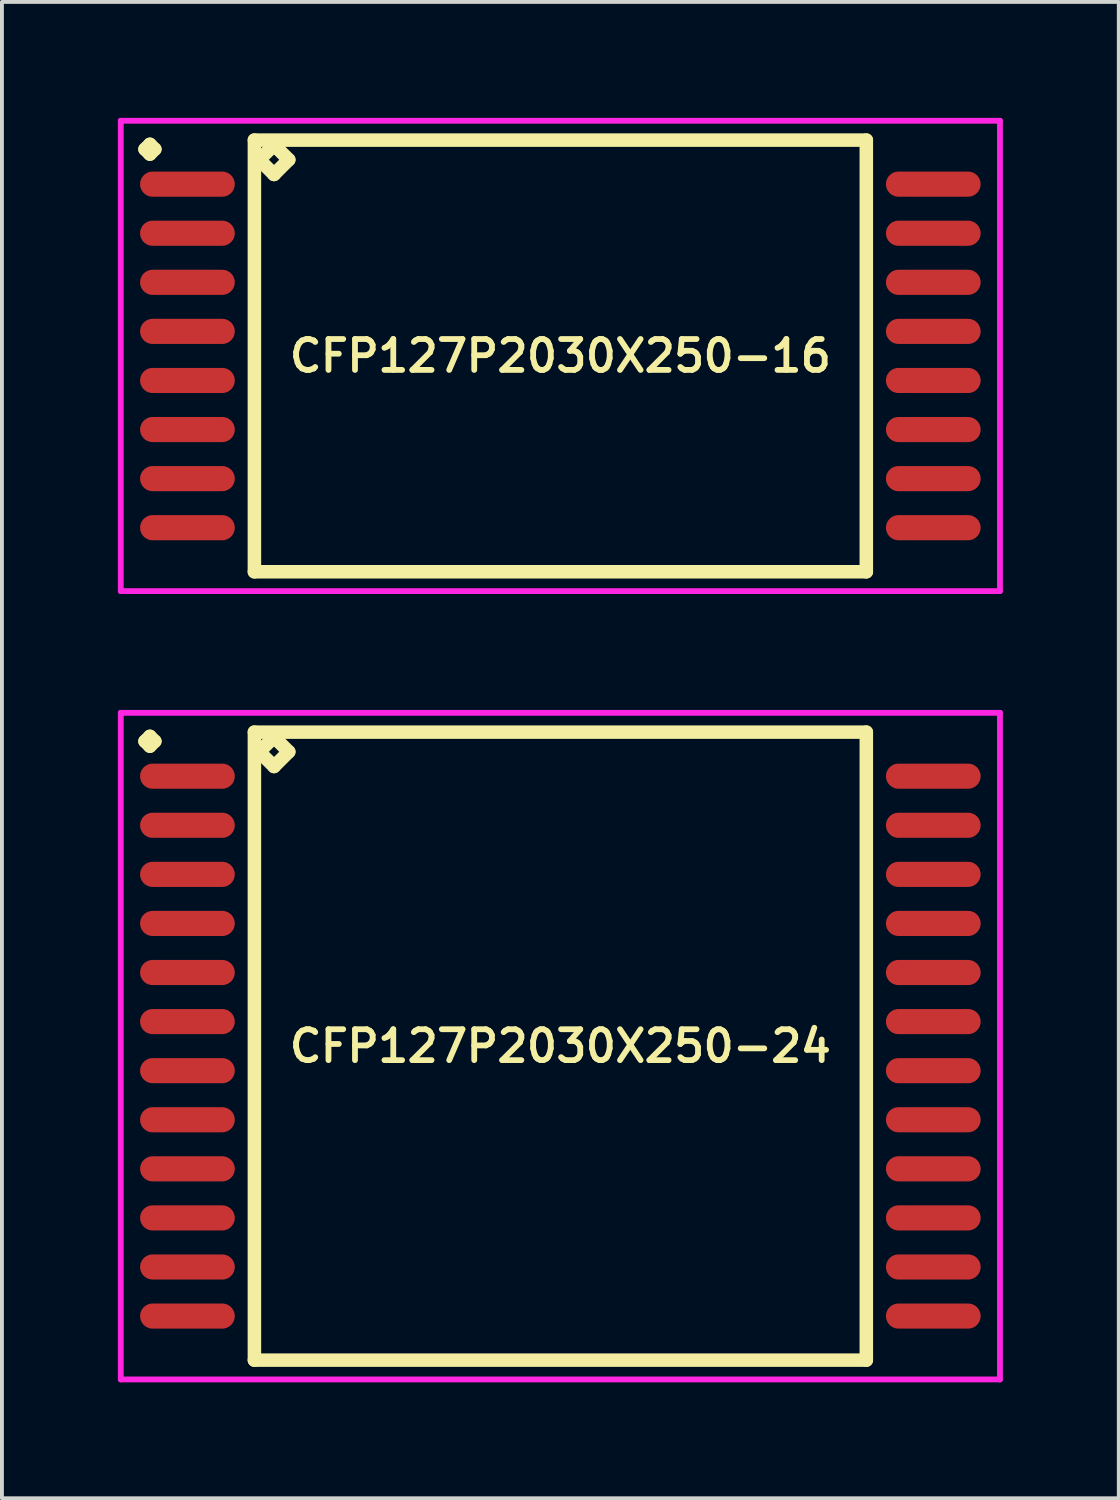
<source format=kicad_pcb>
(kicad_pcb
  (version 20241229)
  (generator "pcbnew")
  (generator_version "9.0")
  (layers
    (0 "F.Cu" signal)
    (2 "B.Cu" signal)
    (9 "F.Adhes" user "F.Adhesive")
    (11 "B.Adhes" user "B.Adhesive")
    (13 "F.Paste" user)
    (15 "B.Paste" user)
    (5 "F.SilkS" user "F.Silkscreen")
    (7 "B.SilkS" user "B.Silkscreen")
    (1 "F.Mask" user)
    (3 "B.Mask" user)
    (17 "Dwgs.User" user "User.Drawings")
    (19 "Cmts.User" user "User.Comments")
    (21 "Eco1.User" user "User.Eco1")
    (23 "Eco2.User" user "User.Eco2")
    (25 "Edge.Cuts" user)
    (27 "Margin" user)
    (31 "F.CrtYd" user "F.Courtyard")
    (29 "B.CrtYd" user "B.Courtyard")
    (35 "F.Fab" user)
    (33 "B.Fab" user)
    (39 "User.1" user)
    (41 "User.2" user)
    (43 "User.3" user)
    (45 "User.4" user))
  (footprint "CFP127P2030X250-24"
    (layer "F.Cu")
    (at 11.45 24.02)
    (property "Reference" "CFP127P2030X250-24" (at 0 0 0) (layer "F.SilkS") (effects (font (size 0.8 0.8) (thickness 0.15))))
    (attr smd)
    (fp_line (start -10.748 -7.889) (end -10.621 -8.016) (stroke (width 0.35) (type solid)) (layer "F.SilkS"))
    (fp_line (start -10.621 -8.016) (end -10.494 -7.889) (stroke (width 0.35) (type solid)) (layer "F.SilkS"))
    (fp_line (start -10.621 -7.762) (end -10.748 -7.889) (stroke (width 0.35) (type solid)) (layer "F.SilkS"))
    (fp_line (start -10.494 -7.889) (end -10.621 -7.762) (stroke (width 0.35) (type solid)) (layer "F.SilkS"))
    (fp_line (start -7.917 -8.125) (end -7.917 8.125) (stroke (width 0.35) (type solid)) (layer "F.SilkS"))
    (fp_line (start -7.917 8.125) (end 7.917 8.125) (stroke (width 0.35) (type solid)) (layer "F.SilkS"))
    (fp_line (start -7.79 -7.617) (end -7.409 -7.998) (stroke (width 0.35) (type solid)) (layer "F.SilkS"))
    (fp_line (start -7.409 -7.998) (end -7.028 -7.617) (stroke (width 0.35) (type solid)) (layer "F.SilkS"))
    (fp_line (start -7.409 -7.236) (end -7.79 -7.617) (stroke (width 0.35) (type solid)) (layer "F.SilkS"))
    (fp_line (start -7.028 -7.617) (end -7.409 -7.236) (stroke (width 0.35) (type solid)) (layer "F.SilkS"))
    (fp_line (start 7.917 -8.125) (end -7.917 -8.125) (stroke (width 0.35) (type solid)) (layer "F.SilkS"))
    (fp_line (start 7.917 8.125) (end 7.917 -8.125) (stroke (width 0.35) (type solid)) (layer "F.SilkS"))
    (fp_line (start -11.375 -8.625) (end 11.375 -8.625) (stroke (width 0.15) (type solid)) (layer "F.CrtYd"))
    (fp_line (start -11.375 8.625) (end -11.375 -8.625) (stroke (width 0.15) (type solid)) (layer "F.CrtYd"))
    (fp_line (start 11.375 -8.625) (end 11.375 8.625) (stroke (width 0.15) (type solid)) (layer "F.CrtYd"))
    (fp_line (start 11.375 8.625) (end -11.375 8.625) (stroke (width 0.15) (type solid)) (layer "F.CrtYd"))
    (pad "1" smd oval (at -9.65 -6.985) (size 2.45 0.65) (layers "F.Cu" "F.Mask" "F.Paste"))
    (pad "2" smd oval (at -9.65 -5.715) (size 2.45 0.65) (layers "F.Cu" "F.Mask" "F.Paste"))
    (pad "3" smd oval (at -9.65 -4.445) (size 2.45 0.65) (layers "F.Cu" "F.Mask" "F.Paste"))
    (pad "4" smd oval (at -9.65 -3.175) (size 2.45 0.65) (layers "F.Cu" "F.Mask" "F.Paste"))
    (pad "5" smd oval (at -9.65 -1.905) (size 2.45 0.65) (layers "F.Cu" "F.Mask" "F.Paste"))
    (pad "6" smd oval (at -9.65 -0.635) (size 2.45 0.65) (layers "F.Cu" "F.Mask" "F.Paste"))
    (pad "7" smd oval (at -9.65 0.635) (size 2.45 0.65) (layers "F.Cu" "F.Mask" "F.Paste"))
    (pad "8" smd oval (at -9.65 1.905) (size 2.45 0.65) (layers "F.Cu" "F.Mask" "F.Paste"))
    (pad "9" smd oval (at -9.65 3.175) (size 2.45 0.65) (layers "F.Cu" "F.Mask" "F.Paste"))
    (pad "10" smd oval (at -9.65 4.445) (size 2.45 0.65) (layers "F.Cu" "F.Mask" "F.Paste"))
    (pad "11" smd oval (at -9.65 5.715) (size 2.45 0.65) (layers "F.Cu" "F.Mask" "F.Paste"))
    (pad "12" smd oval (at -9.65 6.985) (size 2.45 0.65) (layers "F.Cu" "F.Mask" "F.Paste"))
    (pad "13" smd oval (at 9.65 6.985) (size 2.45 0.65) (layers "F.Cu" "F.Mask" "F.Paste"))
    (pad "14" smd oval (at 9.65 5.715) (size 2.45 0.65) (layers "F.Cu" "F.Mask" "F.Paste"))
    (pad "15" smd oval (at 9.65 4.445) (size 2.45 0.65) (layers "F.Cu" "F.Mask" "F.Paste"))
    (pad "16" smd oval (at 9.65 3.175) (size 2.45 0.65) (layers "F.Cu" "F.Mask" "F.Paste"))
    (pad "17" smd oval (at 9.65 1.905) (size 2.45 0.65) (layers "F.Cu" "F.Mask" "F.Paste"))
    (pad "18" smd oval (at 9.65 0.635) (size 2.45 0.65) (layers "F.Cu" "F.Mask" "F.Paste"))
    (pad "19" smd oval (at 9.65 -0.635) (size 2.45 0.65) (layers "F.Cu" "F.Mask" "F.Paste"))
    (pad "20" smd oval (at 9.65 -1.905) (size 2.45 0.65) (layers "F.Cu" "F.Mask" "F.Paste"))
    (pad "21" smd oval (at 9.65 -3.175) (size 2.45 0.65) (layers "F.Cu" "F.Mask" "F.Paste"))
    (pad "22" smd oval (at 9.65 -4.445) (size 2.45 0.65) (layers "F.Cu" "F.Mask" "F.Paste"))
    (pad "23" smd oval (at 9.65 -5.715) (size 2.45 0.65) (layers "F.Cu" "F.Mask" "F.Paste"))
    (pad "24" smd oval (at 9.65 -6.985) (size 2.45 0.65) (layers "F.Cu" "F.Mask" "F.Paste")))
  (footprint "CFP127P2030X250-16"
    (layer "F.Cu")
    (at 11.45 6.16)
    (property "Reference" "CFP127P2030X250-16" (at 0 0 0) (layer "F.SilkS") (effects (font (size 0.8 0.8) (thickness 0.15))))
    (attr smd)
    (fp_line (start -10.748 -5.349) (end -10.621 -5.476) (stroke (width 0.35) (type solid)) (layer "F.SilkS"))
    (fp_line (start -10.621 -5.476) (end -10.494 -5.349) (stroke (width 0.35) (type solid)) (layer "F.SilkS"))
    (fp_line (start -10.621 -5.222) (end -10.748 -5.349) (stroke (width 0.35) (type solid)) (layer "F.SilkS"))
    (fp_line (start -10.494 -5.349) (end -10.621 -5.222) (stroke (width 0.35) (type solid)) (layer "F.SilkS"))
    (fp_line (start -7.917 -5.585) (end -7.917 5.585) (stroke (width 0.35) (type solid)) (layer "F.SilkS"))
    (fp_line (start -7.917 5.585) (end 7.917 5.585) (stroke (width 0.35) (type solid)) (layer "F.SilkS"))
    (fp_line (start -7.79 -5.077) (end -7.409 -5.458) (stroke (width 0.35) (type solid)) (layer "F.SilkS"))
    (fp_line (start -7.409 -5.458) (end -7.028 -5.077) (stroke (width 0.35) (type solid)) (layer "F.SilkS"))
    (fp_line (start -7.409 -4.696) (end -7.79 -5.077) (stroke (width 0.35) (type solid)) (layer "F.SilkS"))
    (fp_line (start -7.028 -5.077) (end -7.409 -4.696) (stroke (width 0.35) (type solid)) (layer "F.SilkS"))
    (fp_line (start 7.917 -5.585) (end -7.917 -5.585) (stroke (width 0.35) (type solid)) (layer "F.SilkS"))
    (fp_line (start 7.917 5.585) (end 7.917 -5.585) (stroke (width 0.35) (type solid)) (layer "F.SilkS"))
    (fp_line (start -11.375 -6.085) (end 11.375 -6.085) (stroke (width 0.15) (type solid)) (layer "F.CrtYd"))
    (fp_line (start -11.375 6.085) (end -11.375 -6.085) (stroke (width 0.15) (type solid)) (layer "F.CrtYd"))
    (fp_line (start 11.375 -6.085) (end 11.375 6.085) (stroke (width 0.15) (type solid)) (layer "F.CrtYd"))
    (fp_line (start 11.375 6.085) (end -11.375 6.085) (stroke (width 0.15) (type solid)) (layer "F.CrtYd"))
    (pad "1" smd oval (at -9.65 -4.445) (size 2.45 0.65) (layers "F.Cu" "F.Mask" "F.Paste"))
    (pad "2" smd oval (at -9.65 -3.175) (size 2.45 0.65) (layers "F.Cu" "F.Mask" "F.Paste"))
    (pad "3" smd oval (at -9.65 -1.905) (size 2.45 0.65) (layers "F.Cu" "F.Mask" "F.Paste"))
    (pad "4" smd oval (at -9.65 -0.635) (size 2.45 0.65) (layers "F.Cu" "F.Mask" "F.Paste"))
    (pad "5" smd oval (at -9.65 0.635) (size 2.45 0.65) (layers "F.Cu" "F.Mask" "F.Paste"))
    (pad "6" smd oval (at -9.65 1.905) (size 2.45 0.65) (layers "F.Cu" "F.Mask" "F.Paste"))
    (pad "7" smd oval (at -9.65 3.175) (size 2.45 0.65) (layers "F.Cu" "F.Mask" "F.Paste"))
    (pad "8" smd oval (at -9.65 4.445) (size 2.45 0.65) (layers "F.Cu" "F.Mask" "F.Paste"))
    (pad "9" smd oval (at 9.65 4.445) (size 2.45 0.65) (layers "F.Cu" "F.Mask" "F.Paste"))
    (pad "10" smd oval (at 9.65 3.175) (size 2.45 0.65) (layers "F.Cu" "F.Mask" "F.Paste"))
    (pad "11" smd oval (at 9.65 1.905) (size 2.45 0.65) (layers "F.Cu" "F.Mask" "F.Paste"))
    (pad "12" smd oval (at 9.65 0.635) (size 2.45 0.65) (layers "F.Cu" "F.Mask" "F.Paste"))
    (pad "13" smd oval (at 9.65 -0.635) (size 2.45 0.65) (layers "F.Cu" "F.Mask" "F.Paste"))
    (pad "14" smd oval (at 9.65 -1.905) (size 2.45 0.65) (layers "F.Cu" "F.Mask" "F.Paste"))
    (pad "15" smd oval (at 9.65 -3.175) (size 2.45 0.65) (layers "F.Cu" "F.Mask" "F.Paste"))
    (pad "16" smd oval (at 9.65 -4.445) (size 2.45 0.65) (layers "F.Cu" "F.Mask" "F.Paste")))
  (gr_rect
    (start -3 -3)
    (end 25.9 35.72)
    (stroke (width 0.1) (type default))
    (fill no)
    (layer "Edge.Cuts")))
</source>
